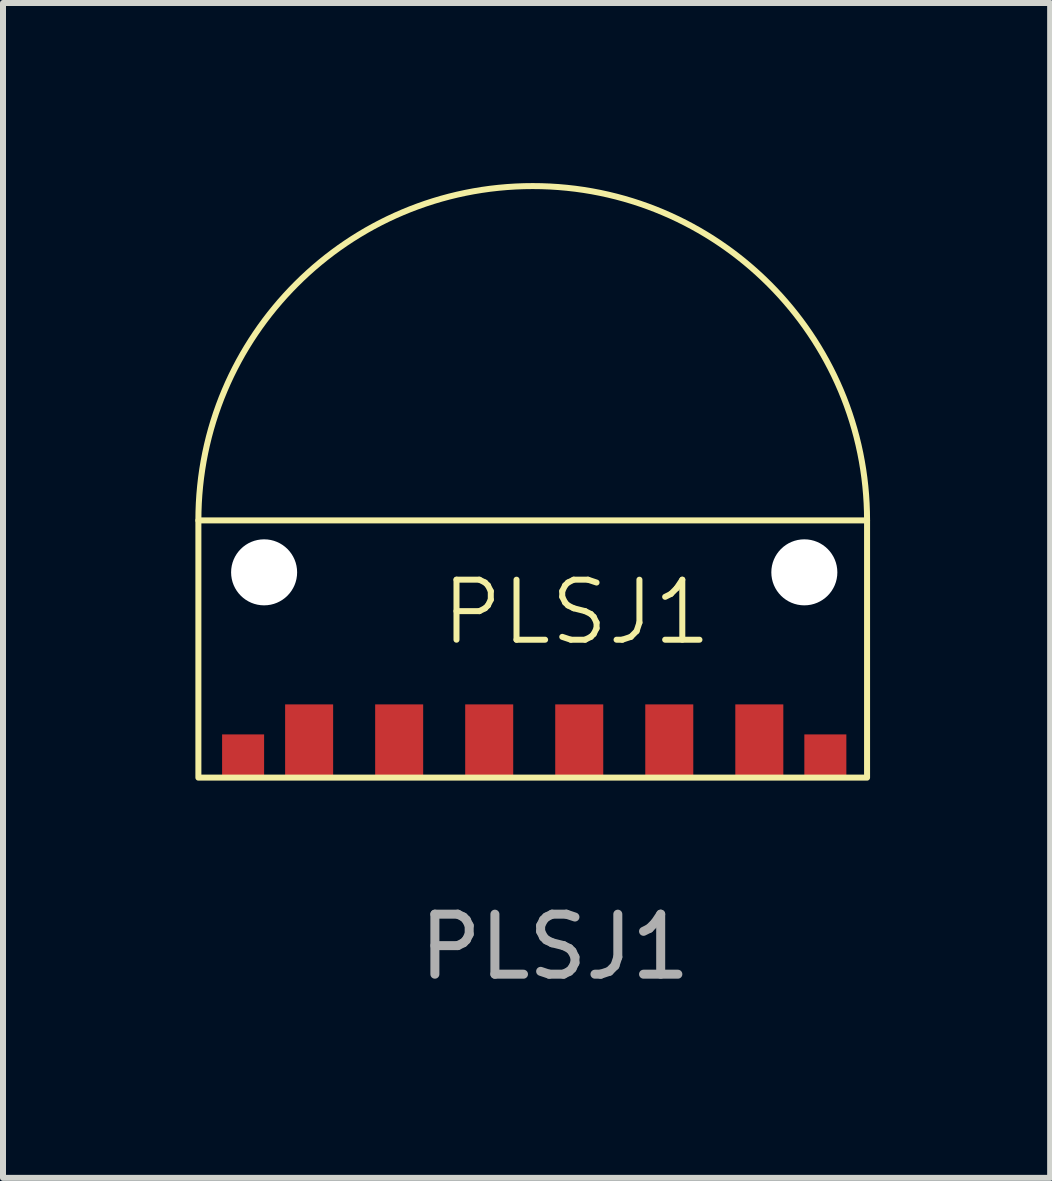
<source format=kicad_pcb>
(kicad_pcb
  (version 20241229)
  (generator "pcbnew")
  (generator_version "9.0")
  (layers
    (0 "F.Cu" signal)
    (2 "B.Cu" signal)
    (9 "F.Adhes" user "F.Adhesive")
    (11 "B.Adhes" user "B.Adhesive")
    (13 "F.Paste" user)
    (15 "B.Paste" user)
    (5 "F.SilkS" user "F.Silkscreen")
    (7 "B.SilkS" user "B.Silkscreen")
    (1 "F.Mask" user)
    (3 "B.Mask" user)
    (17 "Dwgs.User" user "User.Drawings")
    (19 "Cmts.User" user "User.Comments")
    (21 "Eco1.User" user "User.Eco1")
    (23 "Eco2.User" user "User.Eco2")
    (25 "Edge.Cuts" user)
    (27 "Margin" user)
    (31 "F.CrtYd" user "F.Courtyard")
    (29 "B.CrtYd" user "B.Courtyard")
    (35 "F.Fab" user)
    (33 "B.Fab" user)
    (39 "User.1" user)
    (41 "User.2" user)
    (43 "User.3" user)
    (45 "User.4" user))
  (footprint "PLSJ1"
    (layer "F.Cu")
    (at 0.25 5.56)
    (property "Reference" "PLSJ1" (at 6.305 1.59 0) (unlocked yes) (layer "F.SilkS") (effects (font (size 1 1) (thickness 0.1))))
    (attr smd)
    (fp_rect (start 0.005 0.06) (end 11.145 4.345) (stroke (width 0.1) (type default)) (fill no) (layer "F.SilkS"))
    (fp_arc (start 0.005 0.06) (mid 5.575 -5.51) (end 11.145 0.06) (stroke (width 0.1) (type default)) (layer "F.SilkS"))
    (fp_text user "${REFERENCE}" (at 5.945 7.165 0) (unlocked yes) (layer "F.Fab") (effects (font (size 1 1) (thickness 0.15))))
    (pad "" np_thru_hole circle (at 1.1 0.925) (size 1.1 1.1) (drill 1.1) (layers "*.Cu" "*.Mask"))
    (pad "" np_thru_hole circle (at 10.1 0.925) (size 1.1 1.1) (drill 1.1) (layers "*.Cu" "*.Mask"))
    (pad "1" smd rect (at 1.85 3.725) (size 0.8 1.2) (layers "F.Cu" "F.Mask" "F.Paste"))
    (pad "2" smd rect (at 3.35 3.725) (size 0.8 1.2) (layers "F.Cu" "F.Mask" "F.Paste"))
    (pad "3" smd rect (at 7.85 3.725) (size 0.8 1.2) (layers "F.Cu" "F.Mask" "F.Paste"))
    (pad "4" smd rect (at 9.35 3.725) (size 0.8 1.2) (layers "F.Cu" "F.Mask" "F.Paste"))
    (pad "5" smd rect (at 4.85 3.725) (size 0.8 1.2) (layers "F.Cu" "F.Mask" "F.Paste"))
    (pad "6" smd rect (at 0.75 3.975) (size 0.7 0.7) (layers "F.Cu" "F.Mask" "F.Paste"))
    (pad "6" smd rect (at 6.35 3.725) (size 0.8 1.2) (layers "F.Cu" "F.Mask" "F.Paste"))
    (pad "6" smd rect (at 10.45 3.975) (size 0.7 0.7) (layers "F.Cu" "F.Mask" "F.Paste")))
  (gr_rect
    (start -3 -3)
    (end 14.445 16.573)
    (stroke (width 0.1) (type default))
    (fill no)
    (layer "Edge.Cuts")))
</source>
